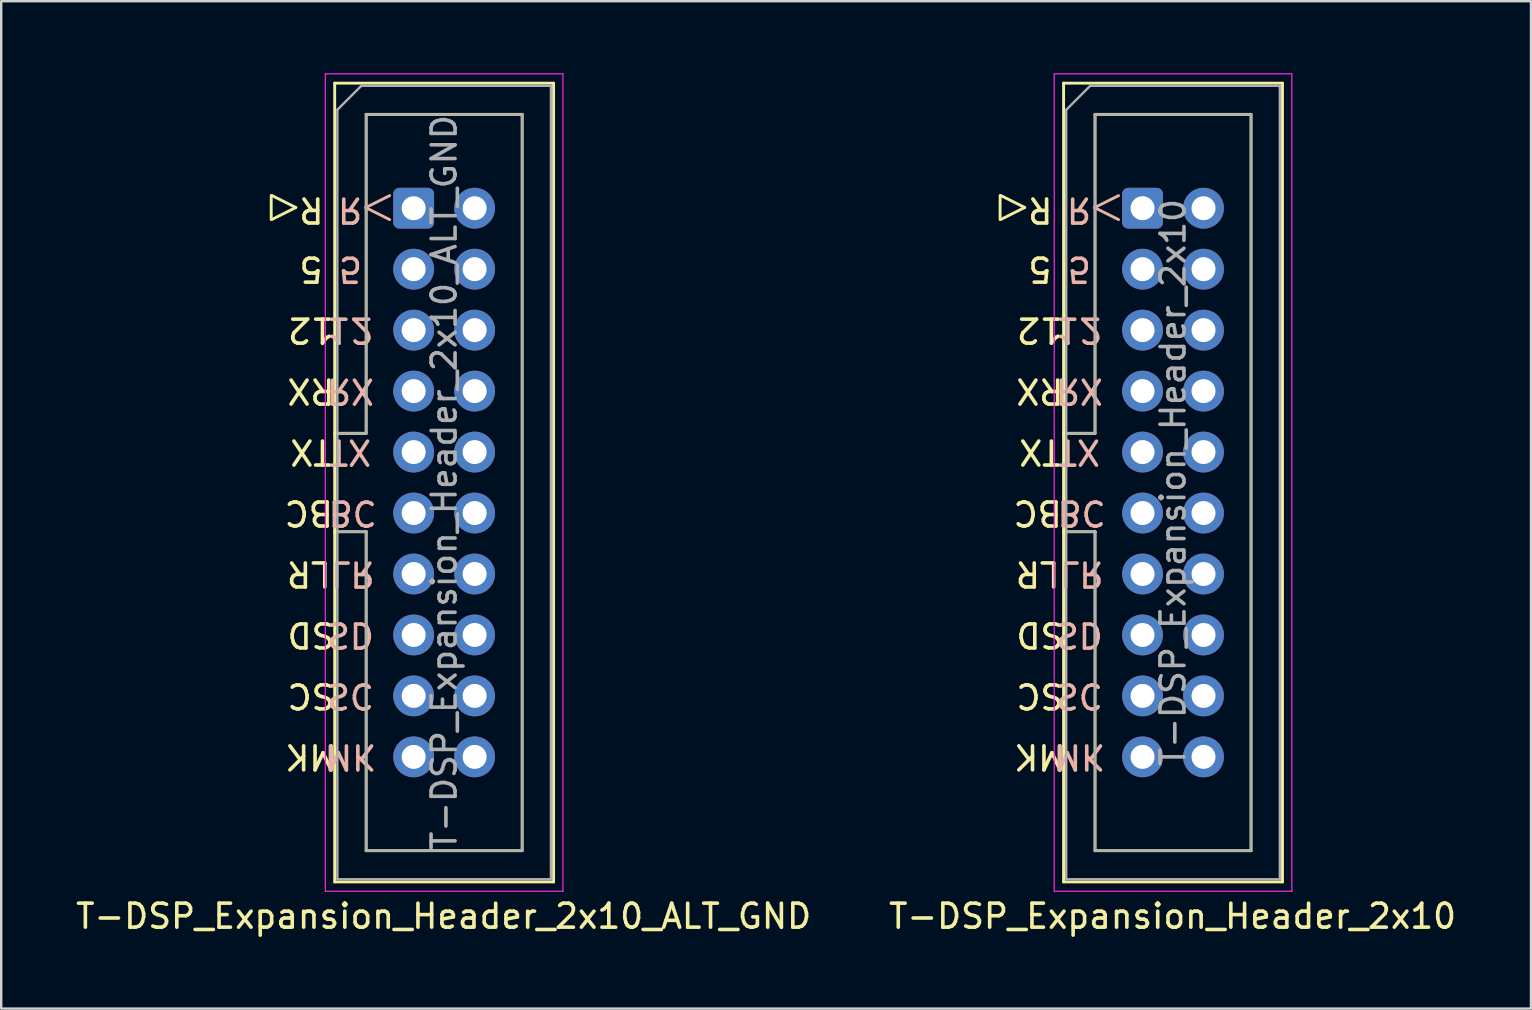
<source format=kicad_pcb>
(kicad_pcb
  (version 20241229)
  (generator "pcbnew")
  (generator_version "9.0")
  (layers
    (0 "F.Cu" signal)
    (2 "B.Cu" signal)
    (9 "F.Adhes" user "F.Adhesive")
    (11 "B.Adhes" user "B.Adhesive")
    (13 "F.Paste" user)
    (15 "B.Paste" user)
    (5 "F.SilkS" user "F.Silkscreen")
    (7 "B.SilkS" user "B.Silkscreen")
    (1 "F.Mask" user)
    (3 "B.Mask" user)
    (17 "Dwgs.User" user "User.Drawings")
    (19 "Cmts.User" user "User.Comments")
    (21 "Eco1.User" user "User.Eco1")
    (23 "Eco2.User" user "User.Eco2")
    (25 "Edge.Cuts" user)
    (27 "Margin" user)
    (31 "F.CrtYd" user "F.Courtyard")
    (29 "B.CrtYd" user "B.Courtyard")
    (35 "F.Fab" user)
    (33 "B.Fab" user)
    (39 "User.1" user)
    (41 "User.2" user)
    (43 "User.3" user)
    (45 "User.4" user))
  (footprint "T-DSP_Expansion_Header_2x10"
    (layer "F.Cu")
    (at 44.554 5.625)
    (property "Reference" "T-DSP_Expansion_Header_2x10" (at 1.25 29.5 0) (layer "F.SilkS") (effects (font (size 1 1) (thickness 0.15))))
    (attr through_hole)
    (fp_line (start -5.935 -0.53) (end -5.935 0.47) (stroke (width 0.12) (type solid)) (layer "F.SilkS"))
    (fp_line (start -5.91 0.47) (end -4.91 -0.03) (stroke (width 0.12) (type solid)) (layer "F.SilkS"))
    (fp_line (start -4.91 -0.03) (end -5.91 -0.53) (stroke (width 0.12) (type solid)) (layer "F.SilkS"))
    (fp_line (start -3.29 -5.21) (end 5.83 -5.21) (stroke (width 0.12) (type solid)) (layer "F.SilkS"))
    (fp_line (start -3.29 9.38) (end -1.98 9.38) (stroke (width 0.12) (type solid)) (layer "F.SilkS"))
    (fp_line (start -3.29 28.07) (end -3.29 -5.21) (stroke (width 0.12) (type solid)) (layer "F.SilkS"))
    (fp_line (start -1.98 -3.91) (end 4.52 -3.91) (stroke (width 0.12) (type solid)) (layer "F.SilkS"))
    (fp_line (start -1.98 9.38) (end -1.98 -3.91) (stroke (width 0.12) (type solid)) (layer "F.SilkS"))
    (fp_line (start -1.98 13.48) (end -3.29 13.48) (stroke (width 0.12) (type solid)) (layer "F.SilkS"))
    (fp_line (start -1.98 13.48) (end -1.98 13.48) (stroke (width 0.12) (type solid)) (layer "F.SilkS"))
    (fp_line (start -1.98 26.77) (end -1.98 13.48) (stroke (width 0.12) (type solid)) (layer "F.SilkS"))
    (fp_line (start 4.52 -3.91) (end 4.52 26.77) (stroke (width 0.12) (type solid)) (layer "F.SilkS"))
    (fp_line (start 4.52 26.77) (end -1.98 26.77) (stroke (width 0.12) (type solid)) (layer "F.SilkS"))
    (fp_line (start 5.83 -5.21) (end 5.83 28.07) (stroke (width 0.12) (type solid)) (layer "F.SilkS"))
    (fp_line (start 5.83 28.07) (end -3.29 28.07) (stroke (width 0.12) (type solid)) (layer "F.SilkS"))
    (fp_line (start -2 -0.025) (end -1 -0.525) (stroke (width 0.12) (type solid)) (layer "B.SilkS"))
    (fp_line (start -1 0.475) (end -2 -0.025) (stroke (width 0.12) (type solid)) (layer "B.SilkS"))
    (fp_line (start -3.68 -5.6) (end -3.68 28.46) (stroke (width 0.05) (type solid)) (layer "F.CrtYd"))
    (fp_line (start -3.68 28.46) (end 6.22 28.46) (stroke (width 0.05) (type solid)) (layer "F.CrtYd"))
    (fp_line (start 6.22 -5.6) (end -3.68 -5.6) (stroke (width 0.05) (type solid)) (layer "F.CrtYd"))
    (fp_line (start 6.22 28.46) (end 6.22 -5.6) (stroke (width 0.05) (type solid)) (layer "F.CrtYd"))
    (fp_line (start -3.18 -4.1) (end -2.18 -5.1) (stroke (width 0.1) (type solid)) (layer "F.Fab"))
    (fp_line (start -3.18 9.38) (end -1.98 9.38) (stroke (width 0.1) (type solid)) (layer "F.Fab"))
    (fp_line (start -3.18 27.96) (end -3.18 -4.1) (stroke (width 0.1) (type solid)) (layer "F.Fab"))
    (fp_line (start -2.18 -5.1) (end 5.72 -5.1) (stroke (width 0.1) (type solid)) (layer "F.Fab"))
    (fp_line (start -1.98 -3.91) (end 4.52 -3.91) (stroke (width 0.1) (type solid)) (layer "F.Fab"))
    (fp_line (start -1.98 9.38) (end -1.98 -3.91) (stroke (width 0.1) (type solid)) (layer "F.Fab"))
    (fp_line (start -1.98 13.48) (end -3.18 13.48) (stroke (width 0.1) (type solid)) (layer "F.Fab"))
    (fp_line (start -1.98 13.48) (end -1.98 13.48) (stroke (width 0.1) (type solid)) (layer "F.Fab"))
    (fp_line (start -1.98 26.77) (end -1.98 13.48) (stroke (width 0.1) (type solid)) (layer "F.Fab"))
    (fp_line (start 4.52 -3.91) (end 4.52 26.77) (stroke (width 0.1) (type solid)) (layer "F.Fab"))
    (fp_line (start 4.52 26.77) (end -1.98 26.77) (stroke (width 0.1) (type solid)) (layer "F.Fab"))
    (fp_line (start 5.72 -5.1) (end 5.72 27.96) (stroke (width 0.1) (type solid)) (layer "F.Fab"))
    (fp_line (start 5.72 27.96) (end -3.18 27.96) (stroke (width 0.1) (type solid)) (layer "F.Fab"))
    (fp_text user "12" (at -4.275 5.075 180) (unlocked yes) (layer "F.SilkS") (effects (font (size 1 1) (thickness 0.15))))
    (fp_text user "5" (at -4.275 2.535 180) (unlocked yes) (layer "F.SilkS") (effects (font (size 1 1) (thickness 0.15))))
    (fp_text user "SC" (at -4.275 20.315 180) (unlocked yes) (layer "F.SilkS") (effects (font (size 1 1) (thickness 0.15))))
    (fp_text user "BC" (at -4.37 12.695 180) (unlocked yes) (layer "F.SilkS") (effects (font (size 1 1) (thickness 0.15))))
    (fp_text user "SD" (at -4.275 17.775 180) (unlocked yes) (layer "F.SilkS") (effects (font (size 1 1) (thickness 0.15))))
    (fp_text user "LR" (at -4.37 15.235 180) (unlocked yes) (layer "F.SilkS") (effects (font (size 1 1) (thickness 0.15))))
    (fp_text user "R" (at -4.26 0.07 180) (unlocked yes) (layer "F.SilkS") (effects (font (size 1 1) (thickness 0.15))))
    (fp_text user "MK" (at -4.275 22.855 180) (unlocked yes) (layer "F.SilkS") (effects (font (size 1 1) (thickness 0.15))))
    (fp_text user "TX" (at -4.275 10.155 180) (unlocked yes) (layer "F.SilkS") (effects (font (size 1 1) (thickness 0.15))))
    (fp_text user "RX" (at -4.275 7.615 180) (unlocked yes) (layer "F.SilkS") (effects (font (size 1 1) (thickness 0.15))))
    (fp_text user "SD" (at -2.635 17.78 180) (unlocked yes) (layer "B.SilkS") (effects (font (size 1 1) (thickness 0.15)) (justify mirror)))
    (fp_text user "RX" (at -2.635 7.62 180) (unlocked yes) (layer "B.SilkS") (effects (font (size 1 1) (thickness 0.15)) (justify mirror)))
    (fp_text user "MK" (at -2.635 22.86 180) (unlocked yes) (layer "B.SilkS") (effects (font (size 1 1) (thickness 0.15)) (justify mirror)))
    (fp_text user "12" (at -2.635 5.08 180) (unlocked yes) (layer "B.SilkS") (effects (font (size 1 1) (thickness 0.15)) (justify mirror)))
    (fp_text user "5" (at -2.635 2.54 180) (unlocked yes) (layer "B.SilkS") (effects (font (size 1 1) (thickness 0.15)) (justify mirror)))
    (fp_text user "LR" (at -2.54 15.24 180) (unlocked yes) (layer "B.SilkS") (effects (font (size 1 1) (thickness 0.15)) (justify mirror)))
    (fp_text user "TX" (at -2.635 10.16 180) (unlocked yes) (layer "B.SilkS") (effects (font (size 1 1) (thickness 0.15)) (justify mirror)))
    (fp_text user "R" (at -2.65 0.075 180) (unlocked yes) (layer "B.SilkS") (effects (font (size 1 1) (thickness 0.15)) (justify mirror)))
    (fp_text user "SC" (at -2.635 20.32 180) (unlocked yes) (layer "B.SilkS") (effects (font (size 1 1) (thickness 0.15)) (justify mirror)))
    (fp_text user "BC" (at -2.54 12.7 180) (unlocked yes) (layer "B.SilkS") (effects (font (size 1 1) (thickness 0.15)) (justify mirror)))
    (fp_text user "${REFERENCE}" (at 1.27 11.43 270) (layer "F.Fab") (effects (font (size 1 1) (thickness 0.15))))
    (pad "1" thru_hole roundrect (at 0 0) (size 1.7 1.7) (drill 1) (layers "*.Cu" "*.Mask") (roundrect_rratio 0.147))
    (pad "2" thru_hole circle (at 2.54 0) (size 1.7 1.7) (drill 1) (layers "*.Cu" "*.Mask"))
    (pad "3" thru_hole circle (at 0 2.54) (size 1.7 1.7) (drill 1) (layers "*.Cu" "*.Mask"))
    (pad "4" thru_hole circle (at 2.54 2.54) (size 1.7 1.7) (drill 1) (layers "*.Cu" "*.Mask"))
    (pad "5" thru_hole circle (at 0 5.08) (size 1.7 1.7) (drill 1) (layers "*.Cu" "*.Mask"))
    (pad "6" thru_hole circle (at 2.54 5.08) (size 1.7 1.7) (drill 1) (layers "*.Cu" "*.Mask"))
    (pad "7" thru_hole circle (at 0 7.62) (size 1.7 1.7) (drill 1) (layers "*.Cu" "*.Mask"))
    (pad "8" thru_hole circle (at 2.54 7.62) (size 1.7 1.7) (drill 1) (layers "*.Cu" "*.Mask"))
    (pad "9" thru_hole circle (at 0 10.16) (size 1.7 1.7) (drill 1) (layers "*.Cu" "*.Mask"))
    (pad "10" thru_hole circle (at 2.54 10.16) (size 1.7 1.7) (drill 1) (layers "*.Cu" "*.Mask"))
    (pad "11" thru_hole circle (at 0 12.7) (size 1.7 1.7) (drill 1) (layers "*.Cu" "*.Mask"))
    (pad "12" thru_hole circle (at 2.54 12.7) (size 1.7 1.7) (drill 1) (layers "*.Cu" "*.Mask"))
    (pad "13" thru_hole circle (at 0 15.24) (size 1.7 1.7) (drill 1) (layers "*.Cu" "*.Mask"))
    (pad "14" thru_hole circle (at 2.54 15.24) (size 1.7 1.7) (drill 1) (layers "*.Cu" "*.Mask"))
    (pad "15" thru_hole circle (at 0 17.78) (size 1.7 1.7) (drill 1) (layers "*.Cu" "*.Mask"))
    (pad "16" thru_hole circle (at 2.54 17.78) (size 1.7 1.7) (drill 1) (layers "*.Cu" "*.Mask"))
    (pad "17" thru_hole circle (at 0 20.32) (size 1.7 1.7) (drill 1) (layers "*.Cu" "*.Mask"))
    (pad "18" thru_hole circle (at 2.54 20.32) (size 1.7 1.7) (drill 1) (layers "*.Cu" "*.Mask"))
    (pad "19" thru_hole circle (at 0 22.86) (size 1.7 1.7) (drill 1) (layers "*.Cu" "*.Mask"))
    (pad "20" thru_hole circle (at 2.54 22.86) (size 1.7 1.7) (drill 1) (layers "*.Cu" "*.Mask")))
  (footprint "T-DSP_Expansion_Header_2x10_ALT_GND"
    (layer "F.Cu")
    (at 14.185 5.625)
    (property "Reference" "T-DSP_Expansion_Header_2x10_ALT_GND" (at 1.25 29.5 0) (layer "F.SilkS") (effects (font (size 1 1) (thickness 0.15))))
    (attr through_hole exclude_from_bom)
    (fp_line (start -5.935 -0.53) (end -5.935 0.47) (stroke (width 0.12) (type solid)) (layer "F.SilkS"))
    (fp_line (start -5.91 0.47) (end -4.91 -0.03) (stroke (width 0.12) (type solid)) (layer "F.SilkS"))
    (fp_line (start -4.91 -0.03) (end -5.91 -0.53) (stroke (width 0.12) (type solid)) (layer "F.SilkS"))
    (fp_line (start -3.29 -5.21) (end 5.83 -5.21) (stroke (width 0.12) (type solid)) (layer "F.SilkS"))
    (fp_line (start -3.29 9.38) (end -1.98 9.38) (stroke (width 0.12) (type solid)) (layer "F.SilkS"))
    (fp_line (start -3.29 28.07) (end -3.29 -5.21) (stroke (width 0.12) (type solid)) (layer "F.SilkS"))
    (fp_line (start -1.98 -3.91) (end 4.52 -3.91) (stroke (width 0.12) (type solid)) (layer "F.SilkS"))
    (fp_line (start -1.98 9.38) (end -1.98 -3.91) (stroke (width 0.12) (type solid)) (layer "F.SilkS"))
    (fp_line (start -1.98 13.48) (end -3.29 13.48) (stroke (width 0.12) (type solid)) (layer "F.SilkS"))
    (fp_line (start -1.98 13.48) (end -1.98 13.48) (stroke (width 0.12) (type solid)) (layer "F.SilkS"))
    (fp_line (start -1.98 26.77) (end -1.98 13.48) (stroke (width 0.12) (type solid)) (layer "F.SilkS"))
    (fp_line (start 4.52 -3.91) (end 4.52 26.77) (stroke (width 0.12) (type solid)) (layer "F.SilkS"))
    (fp_line (start 4.52 26.77) (end -1.98 26.77) (stroke (width 0.12) (type solid)) (layer "F.SilkS"))
    (fp_line (start 5.83 -5.21) (end 5.83 28.07) (stroke (width 0.12) (type solid)) (layer "F.SilkS"))
    (fp_line (start 5.83 28.07) (end -3.29 28.07) (stroke (width 0.12) (type solid)) (layer "F.SilkS"))
    (fp_line (start -2 -0.025) (end -1 -0.525) (stroke (width 0.12) (type solid)) (layer "B.SilkS"))
    (fp_line (start -1 0.475) (end -2 -0.025) (stroke (width 0.12) (type solid)) (layer "B.SilkS"))
    (fp_line (start -3.68 -5.6) (end -3.68 28.46) (stroke (width 0.05) (type solid)) (layer "F.CrtYd"))
    (fp_line (start -3.68 28.46) (end 6.22 28.46) (stroke (width 0.05) (type solid)) (layer "F.CrtYd"))
    (fp_line (start 6.22 -5.6) (end -3.68 -5.6) (stroke (width 0.05) (type solid)) (layer "F.CrtYd"))
    (fp_line (start 6.22 28.46) (end 6.22 -5.6) (stroke (width 0.05) (type solid)) (layer "F.CrtYd"))
    (fp_line (start -3.18 -4.1) (end -2.18 -5.1) (stroke (width 0.1) (type solid)) (layer "F.Fab"))
    (fp_line (start -3.18 9.38) (end -1.98 9.38) (stroke (width 0.1) (type solid)) (layer "F.Fab"))
    (fp_line (start -3.18 27.96) (end -3.18 -4.1) (stroke (width 0.1) (type solid)) (layer "F.Fab"))
    (fp_line (start -2.18 -5.1) (end 5.72 -5.1) (stroke (width 0.1) (type solid)) (layer "F.Fab"))
    (fp_line (start -1.98 -3.91) (end 4.52 -3.91) (stroke (width 0.1) (type solid)) (layer "F.Fab"))
    (fp_line (start -1.98 9.38) (end -1.98 -3.91) (stroke (width 0.1) (type solid)) (layer "F.Fab"))
    (fp_line (start -1.98 13.48) (end -3.18 13.48) (stroke (width 0.1) (type solid)) (layer "F.Fab"))
    (fp_line (start -1.98 13.48) (end -1.98 13.48) (stroke (width 0.1) (type solid)) (layer "F.Fab"))
    (fp_line (start -1.98 26.77) (end -1.98 13.48) (stroke (width 0.1) (type solid)) (layer "F.Fab"))
    (fp_line (start 4.52 -3.91) (end 4.52 26.77) (stroke (width 0.1) (type solid)) (layer "F.Fab"))
    (fp_line (start 4.52 26.77) (end -1.98 26.77) (stroke (width 0.1) (type solid)) (layer "F.Fab"))
    (fp_line (start 5.72 -5.1) (end 5.72 27.96) (stroke (width 0.1) (type solid)) (layer "F.Fab"))
    (fp_line (start 5.72 27.96) (end -3.18 27.96) (stroke (width 0.1) (type solid)) (layer "F.Fab"))
    (fp_text user "BC" (at -4.37 12.695 180) (unlocked yes) (layer "F.SilkS") (effects (font (size 1 1) (thickness 0.15))))
    (fp_text user "12" (at -4.275 5.075 180) (unlocked yes) (layer "F.SilkS") (effects (font (size 1 1) (thickness 0.15))))
    (fp_text user "TX" (at -4.275 10.155 180) (unlocked yes) (layer "F.SilkS") (effects (font (size 1 1) (thickness 0.15))))
    (fp_text user "RX" (at -4.275 7.615 180) (unlocked yes) (layer "F.SilkS") (effects (font (size 1 1) (thickness 0.15))))
    (fp_text user "5" (at -4.275 2.535 180) (unlocked yes) (layer "F.SilkS") (effects (font (size 1 1) (thickness 0.15))))
    (fp_text user "SC" (at -4.275 20.315 180) (unlocked yes) (layer "F.SilkS") (effects (font (size 1 1) (thickness 0.15))))
    (fp_text user "R" (at -4.26 0.07 180) (unlocked yes) (layer "F.SilkS") (effects (font (size 1 1) (thickness 0.15))))
    (fp_text user "LR" (at -4.37 15.235 180) (unlocked yes) (layer "F.SilkS") (effects (font (size 1 1) (thickness 0.15))))
    (fp_text user "SD" (at -4.275 17.775 180) (unlocked yes) (layer "F.SilkS") (effects (font (size 1 1) (thickness 0.15))))
    (fp_text user "MK" (at -4.275 22.855 180) (unlocked yes) (layer "F.SilkS") (effects (font (size 1 1) (thickness 0.15))))
    (fp_text user "TX" (at -2.635 10.16 180) (unlocked yes) (layer "B.SilkS") (effects (font (size 1 1) (thickness 0.15)) (justify mirror)))
    (fp_text user "R" (at -2.65 0.075 180) (unlocked yes) (layer "B.SilkS") (effects (font (size 1 1) (thickness 0.15)) (justify mirror)))
    (fp_text user "SC" (at -2.635 20.32 180) (unlocked yes) (layer "B.SilkS") (effects (font (size 1 1) (thickness 0.15)) (justify mirror)))
    (fp_text user "5" (at -2.635 2.54 180) (unlocked yes) (layer "B.SilkS") (effects (font (size 1 1) (thickness 0.15)) (justify mirror)))
    (fp_text user "LR" (at -2.54 15.24 180) (unlocked yes) (layer "B.SilkS") (effects (font (size 1 1) (thickness 0.15)) (justify mirror)))
    (fp_text user "12" (at -2.635 5.08 180) (unlocked yes) (layer "B.SilkS") (effects (font (size 1 1) (thickness 0.15)) (justify mirror)))
    (fp_text user "BC" (at -2.54 12.7 180) (unlocked yes) (layer "B.SilkS") (effects (font (size 1 1) (thickness 0.15)) (justify mirror)))
    (fp_text user "RX" (at -2.635 7.62 180) (unlocked yes) (layer "B.SilkS") (effects (font (size 1 1) (thickness 0.15)) (justify mirror)))
    (fp_text user "SD" (at -2.635 17.78 180) (unlocked yes) (layer "B.SilkS") (effects (font (size 1 1) (thickness 0.15)) (justify mirror)))
    (fp_text user "MK" (at -2.635 22.86 180) (unlocked yes) (layer "B.SilkS") (effects (font (size 1 1) (thickness 0.15)) (justify mirror)))
    (fp_text user "${REFERENCE}" (at 1.27 11.43 90) (layer "F.Fab") (effects (font (size 1 1) (thickness 0.15))))
    (pad "1" thru_hole roundrect (at 0 0) (size 1.7 1.7) (drill 1) (layers "*.Cu" "*.Mask") (roundrect_rratio 0.147))
    (pad "2" thru_hole circle (at 2.54 0 45) (size 1.7 1.7) (drill 1) (layers "*.Cu" "*.Mask"))
    (pad "3" thru_hole circle (at 0 2.54) (size 1.7 1.7) (drill 1) (layers "*.Cu" "*.Mask"))
    (pad "4" thru_hole circle (at 2.54 2.54 45) (size 1.7 1.7) (drill 1) (layers "*.Cu" "*.Mask"))
    (pad "5" thru_hole circle (at 0 5.08) (size 1.7 1.7) (drill 1) (layers "*.Cu" "*.Mask"))
    (pad "6" thru_hole circle (at 2.54 5.08) (size 1.7 1.7) (drill 1) (layers "*.Cu" "*.Mask"))
    (pad "7" thru_hole circle (at 0 7.62) (size 1.7 1.7) (drill 1) (layers "*.Cu" "*.Mask"))
    (pad "8" thru_hole circle (at 2.54 7.62) (size 1.7 1.7) (drill 1) (layers "*.Cu" "*.Mask"))
    (pad "9" thru_hole circle (at 0 10.16) (size 1.7 1.7) (drill 1) (layers "*.Cu" "*.Mask"))
    (pad "10" thru_hole circle (at 2.54 10.16) (size 1.7 1.7) (drill 1) (layers "*.Cu" "*.Mask"))
    (pad "11" thru_hole circle (at 0 12.7) (size 1.7 1.7) (drill 1) (layers "*.Cu" "*.Mask"))
    (pad "12" thru_hole circle (at 2.54 12.7) (size 1.7 1.7) (drill 1) (layers "*.Cu" "*.Mask"))
    (pad "13" thru_hole circle (at 0 15.24) (size 1.7 1.7) (drill 1) (layers "*.Cu" "*.Mask"))
    (pad "14" thru_hole circle (at 2.54 15.24) (size 1.7 1.7) (drill 1) (layers "*.Cu" "*.Mask"))
    (pad "15" thru_hole circle (at 0 17.78) (size 1.7 1.7) (drill 1) (layers "*.Cu" "*.Mask"))
    (pad "16" thru_hole circle (at 2.54 17.78) (size 1.7 1.7) (drill 1) (layers "*.Cu" "*.Mask"))
    (pad "17" thru_hole circle (at 0 20.32) (size 1.7 1.7) (drill 1) (layers "*.Cu" "*.Mask"))
    (pad "18" thru_hole circle (at 2.54 20.32) (size 1.7 1.7) (drill 1) (layers "*.Cu" "*.Mask"))
    (pad "19" thru_hole circle (at 0 22.86) (size 1.7 1.7) (drill 1) (layers "*.Cu" "*.Mask"))
    (pad "20" thru_hole circle (at 2.54 22.86) (size 1.7 1.7) (drill 1) (layers "*.Cu" "*.Mask")))
  (gr_rect
    (start -3 -3)
    (end 60.738 38.973)
    (stroke (width 0.1) (type default))
    (fill no)
    (layer "Edge.Cuts")))
</source>
